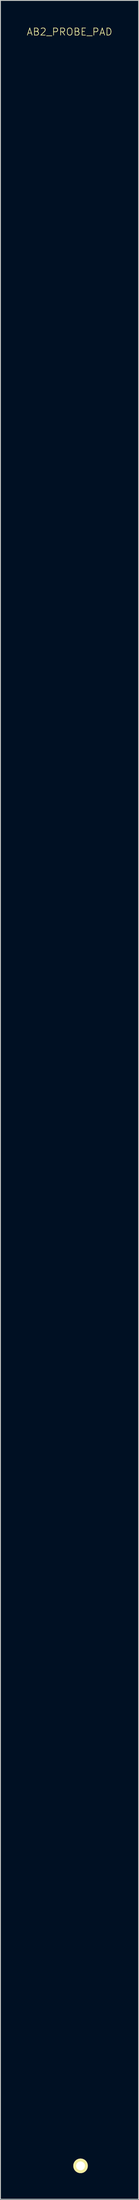
<source format=kicad_pcb>
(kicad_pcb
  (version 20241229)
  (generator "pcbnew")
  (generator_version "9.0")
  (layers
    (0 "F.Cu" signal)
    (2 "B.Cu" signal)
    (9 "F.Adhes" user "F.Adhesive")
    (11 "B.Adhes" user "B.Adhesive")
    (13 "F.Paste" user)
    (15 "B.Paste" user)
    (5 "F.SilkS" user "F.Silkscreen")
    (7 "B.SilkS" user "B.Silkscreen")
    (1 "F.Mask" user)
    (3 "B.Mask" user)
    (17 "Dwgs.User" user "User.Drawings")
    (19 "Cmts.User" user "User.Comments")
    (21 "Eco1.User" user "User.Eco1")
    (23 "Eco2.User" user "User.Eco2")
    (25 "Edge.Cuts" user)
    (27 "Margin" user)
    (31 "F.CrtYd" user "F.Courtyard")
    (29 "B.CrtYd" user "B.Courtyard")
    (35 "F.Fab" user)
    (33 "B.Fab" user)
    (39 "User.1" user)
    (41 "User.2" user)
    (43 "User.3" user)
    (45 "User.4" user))
  (footprint "AB2_PROBE_PAD"
    (layer "F.Cu")
    (at 6.238 245.719)
    (property "Reference" "AB2_PROBE_PAD" (at -1.27 -245.11 0) (layer "F.SilkS") (effects (font (size 0.813 0.813) (thickness 0.076))))
    (attr through_hole)
    (pad "1" thru_hole circle (at 0 0) (size 1.676 1.676) (drill 1.016) (layers "*.Cu" "*.Mask" "F.SilkS")))
  (gr_rect
    (start -3 -3)
    (end 12.936 249.557)
    (stroke (width 0.1) (type default))
    (fill no)
    (layer "Edge.Cuts")))
</source>
